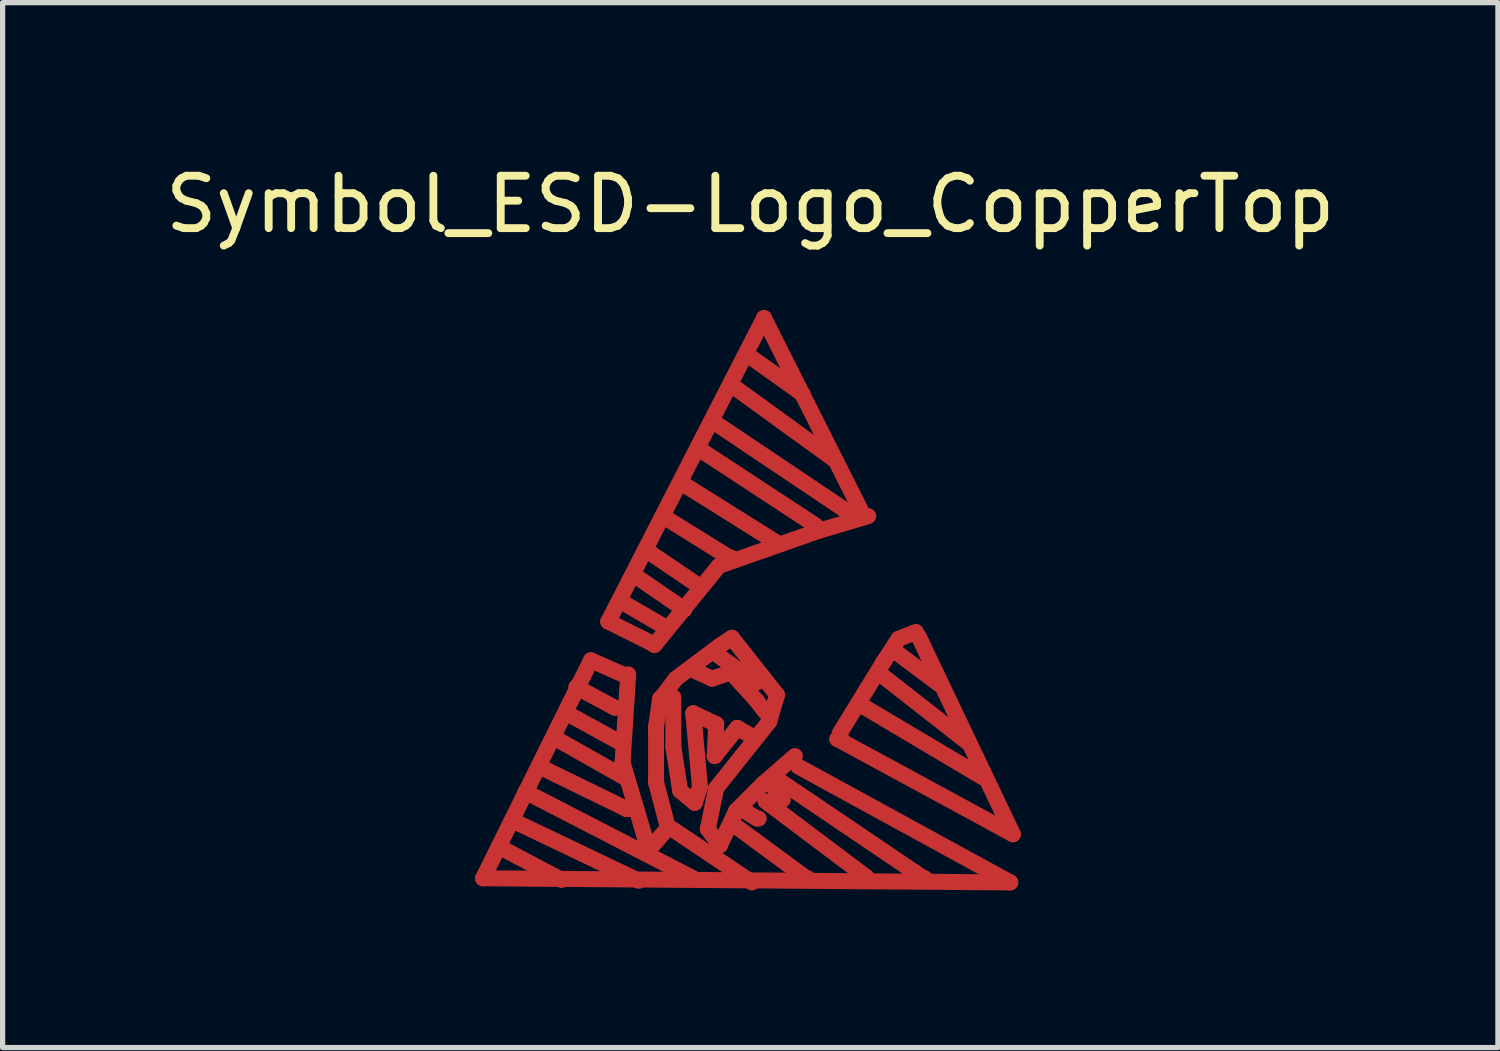
<source format=kicad_pcb>
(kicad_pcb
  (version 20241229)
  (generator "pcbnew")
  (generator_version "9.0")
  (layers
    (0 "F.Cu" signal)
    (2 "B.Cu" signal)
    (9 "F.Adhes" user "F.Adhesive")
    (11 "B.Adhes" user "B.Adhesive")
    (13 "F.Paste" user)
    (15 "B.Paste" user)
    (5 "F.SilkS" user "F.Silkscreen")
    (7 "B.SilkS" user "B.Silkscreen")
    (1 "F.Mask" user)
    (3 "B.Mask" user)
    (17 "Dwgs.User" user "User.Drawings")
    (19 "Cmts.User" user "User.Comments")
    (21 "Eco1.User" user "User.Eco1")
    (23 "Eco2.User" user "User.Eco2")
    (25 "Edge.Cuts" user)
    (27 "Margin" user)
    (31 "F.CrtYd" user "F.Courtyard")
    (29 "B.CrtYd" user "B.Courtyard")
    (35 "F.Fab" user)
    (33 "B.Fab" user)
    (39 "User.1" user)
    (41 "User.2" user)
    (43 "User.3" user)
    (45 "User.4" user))
  (footprint "Symbol_ESD-Logo_CopperTop"
    (layer "F.Cu")
    (at 11.319 10.399)
    (property "Reference" "Symbol_ESD-Logo_CopperTop" (at -0.051 -9.55 0) (layer "F.SilkS") (effects (font (size 1 1) (thickness 0.15))))
    (attr through_hole)
    (fp_line (start -5.151 3.312) (end 4.91 3.391) (stroke (width 0.305) (type solid)) (layer "F.Cu"))
    (fp_line (start -4.77 2.751) (end -3.65 3.343) (stroke (width 0.305) (type solid)) (layer "F.Cu"))
    (fp_line (start -4.559 2.223) (end -2.179 3.36) (stroke (width 0.305) (type solid)) (layer "F.Cu"))
    (fp_line (start -4.341 1.661) (end -1.14 3.312) (stroke (width 0.305) (type solid)) (layer "F.Cu"))
    (fp_line (start -4.031 1.201) (end -2.41 1.991) (stroke (width 0.305) (type solid)) (layer "F.Cu"))
    (fp_line (start -3.749 0.653) (end -2.461 1.382) (stroke (width 0.305) (type solid)) (layer "F.Cu"))
    (fp_line (start -3.551 0.163) (end -2.479 0.752) (stroke (width 0.305) (type solid)) (layer "F.Cu"))
    (fp_line (start -3.371 -0.338) (end -2.629 0.061) (stroke (width 0.305) (type solid)) (layer "F.Cu"))
    (fp_line (start -3.091 -0.848) (end -5.151 3.312) (stroke (width 0.305) (type solid)) (layer "F.Cu"))
    (fp_line (start -2.761 -1.587) (end -1.9 -1.158) (stroke (width 0.305) (type solid)) (layer "F.Cu"))
    (fp_line (start -2.51 -1.968) (end -1.689 -1.488) (stroke (width 0.305) (type solid)) (layer "F.Cu"))
    (fp_line (start -2.489 1.102) (end -1.991 2.771) (stroke (width 0.305) (type solid)) (layer "F.Cu"))
    (fp_line (start -2.461 -0.569) (end -3.091 -0.848) (stroke (width 0.305) (type solid)) (layer "F.Cu"))
    (fp_line (start -2.41 1.991) (end -2.38 1.991) (stroke (width 0.305) (type solid)) (layer "F.Cu"))
    (fp_line (start -2.38 -0.579) (end -2.489 1.102) (stroke (width 0.305) (type solid)) (layer "F.Cu"))
    (fp_line (start -2.23 -2.449) (end -1.311 -1.819) (stroke (width 0.305) (type solid)) (layer "F.Cu"))
    (fp_line (start -2.05 -2.959) (end -1.031 -2.268) (stroke (width 0.305) (type solid)) (layer "F.Cu"))
    (fp_line (start -1.991 2.771) (end -1.621 2.352) (stroke (width 0.305) (type solid)) (layer "F.Cu"))
    (fp_line (start -1.9 -1.158) (end -1.869 -1.158) (stroke (width 0.305) (type solid)) (layer "F.Cu"))
    (fp_line (start -1.849 0.422) (end -1.77 -0.119) (stroke (width 0.305) (type solid)) (layer "F.Cu"))
    (fp_line (start -1.849 1.481) (end -1.849 0.422) (stroke (width 0.305) (type solid)) (layer "F.Cu"))
    (fp_line (start -1.77 -0.119) (end -1.72 -0.168) (stroke (width 0.305) (type solid)) (layer "F.Cu"))
    (fp_line (start -1.72 -3.599) (end -0.45 -2.809) (stroke (width 0.305) (type solid)) (layer "F.Cu"))
    (fp_line (start -1.72 -0.168) (end -1.471 -0.498) (stroke (width 0.305) (type solid)) (layer "F.Cu"))
    (fp_line (start -1.621 2.352) (end -1.849 1.481) (stroke (width 0.305) (type solid)) (layer "F.Cu"))
    (fp_line (start -1.539 2.372) (end -0.02 3.391) (stroke (width 0.305) (type solid)) (layer "F.Cu"))
    (fp_line (start -1.519 -0.14) (end -1.519 0.803) (stroke (width 0.305) (type solid)) (layer "F.Cu"))
    (fp_line (start -1.519 0.803) (end -1.389 1.641) (stroke (width 0.305) (type solid)) (layer "F.Cu"))
    (fp_line (start -1.471 -0.498) (end -0.63 -1.128) (stroke (width 0.305) (type solid)) (layer "F.Cu"))
    (fp_line (start -1.389 1.641) (end -1.11 1.872) (stroke (width 0.305) (type solid)) (layer "F.Cu"))
    (fp_line (start -1.359 -4.229) (end 0.46 -3.089) (stroke (width 0.305) (type solid)) (layer "F.Cu"))
    (fp_line (start -1.311 -1.819) (end -1.311 -1.839) (stroke (width 0.305) (type solid)) (layer "F.Cu"))
    (fp_line (start -1.14 0.163) (end -0.701 0.371) (stroke (width 0.305) (type solid)) (layer "F.Cu"))
    (fp_line (start -1.11 -0.648) (end -0.78 -0.498) (stroke (width 0.305) (type solid)) (layer "F.Cu"))
    (fp_line (start -1.11 1.872) (end -1.011 1.562) (stroke (width 0.305) (type solid)) (layer "F.Cu"))
    (fp_line (start -1.011 -4.869) (end 1.199 -3.419) (stroke (width 0.305) (type solid)) (layer "F.Cu"))
    (fp_line (start -1.011 1.562) (end -1.14 0.163) (stroke (width 0.305) (type solid)) (layer "F.Cu"))
    (fp_line (start -0.861 2.372) (end -0.63 2.682) (stroke (width 0.305) (type solid)) (layer "F.Cu"))
    (fp_line (start -0.78 -0.498) (end -0.419 -0.617) (stroke (width 0.305) (type solid)) (layer "F.Cu"))
    (fp_line (start -0.749 -5.397) (end 1.859 -3.647) (stroke (width 0.305) (type solid)) (layer "F.Cu"))
    (fp_line (start -0.729 0.98) (end -0.3 0.442) (stroke (width 0.305) (type solid)) (layer "F.Cu"))
    (fp_line (start -0.701 0.371) (end -0.729 0.98) (stroke (width 0.305) (type solid)) (layer "F.Cu"))
    (fp_line (start -0.701 1.593) (end -0.861 2.372) (stroke (width 0.305) (type solid)) (layer "F.Cu"))
    (fp_line (start -0.65 -2.649) (end -1.88 -1.138) (stroke (width 0.305) (type solid)) (layer "F.Cu"))
    (fp_line (start -0.65 -0.93) (end 0.061 -0.419) (stroke (width 0.305) (type solid)) (layer "F.Cu"))
    (fp_line (start -0.63 -1.128) (end -0.401 -1.278) (stroke (width 0.305) (type solid)) (layer "F.Cu"))
    (fp_line (start -0.63 2.682) (end -0.32 2.022) (stroke (width 0.305) (type solid)) (layer "F.Cu"))
    (fp_line (start -0.45 -2.809) (end -0.419 -2.809) (stroke (width 0.305) (type solid)) (layer "F.Cu"))
    (fp_line (start -0.419 -0.617) (end 0.061 -0.089) (stroke (width 0.305) (type solid)) (layer "F.Cu"))
    (fp_line (start -0.401 -1.278) (end 0.46 -0.188) (stroke (width 0.305) (type solid)) (layer "F.Cu"))
    (fp_line (start -0.351 -6.058) (end 1.58 -4.658) (stroke (width 0.305) (type solid)) (layer "F.Cu"))
    (fp_line (start -0.351 2.301) (end 1.021 3.312) (stroke (width 0.305) (type solid)) (layer "F.Cu"))
    (fp_line (start -0.32 2.022) (end 0.191 1.511) (stroke (width 0.305) (type solid)) (layer "F.Cu"))
    (fp_line (start -0.3 0.442) (end -0.071 0.572) (stroke (width 0.305) (type solid)) (layer "F.Cu"))
    (fp_line (start -0.221 1.991) (end 0.079 2.172) (stroke (width 0.305) (type solid)) (layer "F.Cu"))
    (fp_line (start -0.089 -6.668) (end 0.95 -5.928) (stroke (width 0.305) (type solid)) (layer "F.Cu"))
    (fp_line (start 0.061 -0.089) (end 0.239 0.142) (stroke (width 0.305) (type solid)) (layer "F.Cu"))
    (fp_line (start 0.079 2.172) (end 0.109 2.172) (stroke (width 0.305) (type solid)) (layer "F.Cu"))
    (fp_line (start 0.191 1.511) (end 0.8 0.98) (stroke (width 0.305) (type solid)) (layer "F.Cu"))
    (fp_line (start 0.211 -7.379) (end -2.761 -1.587) (stroke (width 0.305) (type solid)) (layer "F.Cu"))
    (fp_line (start 0.239 1.841) (end 2.169 3.292) (stroke (width 0.305) (type solid)) (layer "F.Cu"))
    (fp_line (start 0.31 0.323) (end -0.701 1.593) (stroke (width 0.305) (type solid)) (layer "F.Cu"))
    (fp_line (start 0.31 1.46) (end 0.569 1.811) (stroke (width 0.305) (type solid)) (layer "F.Cu"))
    (fp_line (start 0.46 -0.188) (end 0.31 0.323) (stroke (width 0.305) (type solid)) (layer "F.Cu"))
    (fp_line (start 0.521 1.46) (end 3.259 3.312) (stroke (width 0.305) (type solid)) (layer "F.Cu"))
    (fp_line (start 1.021 3.312) (end 1.049 3.312) (stroke (width 0.305) (type solid)) (layer "F.Cu"))
    (fp_line (start 1.25 -3.317) (end -0.65 -2.649) (stroke (width 0.305) (type solid)) (layer "F.Cu"))
    (fp_line (start 1.61 0.653) (end 1.679 0.622) (stroke (width 0.305) (type solid)) (layer "F.Cu"))
    (fp_line (start 1.659 0.541) (end 2.169 -0.29) (stroke (width 0.305) (type solid)) (layer "F.Cu"))
    (fp_line (start 2.09 -3.647) (end 0.211 -7.379) (stroke (width 0.305) (type solid)) (layer "F.Cu"))
    (fp_line (start 2.121 0.041) (end 4.379 1.382) (stroke (width 0.305) (type solid)) (layer "F.Cu"))
    (fp_line (start 2.169 -0.29) (end 2.499 -0.828) (stroke (width 0.305) (type solid)) (layer "F.Cu"))
    (fp_line (start 2.2 -3.599) (end 1.25 -3.317) (stroke (width 0.305) (type solid)) (layer "F.Cu"))
    (fp_line (start 2.451 -0.569) (end 4.1 0.721) (stroke (width 0.305) (type solid)) (layer "F.Cu"))
    (fp_line (start 2.499 -0.828) (end 2.779 -1.257) (stroke (width 0.305) (type solid)) (layer "F.Cu"))
    (fp_line (start 2.7 -1.029) (end 3.541 -0.399) (stroke (width 0.305) (type solid)) (layer "F.Cu"))
    (fp_line (start 2.779 -1.257) (end 3.109 -1.389) (stroke (width 0.305) (type solid)) (layer "F.Cu"))
    (fp_line (start 3.16 -1.308) (end 4.961 2.471) (stroke (width 0.305) (type solid)) (layer "F.Cu"))
    (fp_line (start 3.259 3.312) (end 3.279 3.312) (stroke (width 0.305) (type solid)) (layer "F.Cu"))
    (fp_line (start 4.91 3.391) (end 0.869 1.181) (stroke (width 0.305) (type solid)) (layer "F.Cu"))
    (fp_line (start 4.961 2.471) (end 1.61 0.653) (stroke (width 0.305) (type solid)) (layer "F.Cu")))
  (gr_rect
    (start -3 -3)
    (end 25.536 16.942)
    (stroke (width 0.1) (type default))
    (fill no)
    (layer "Edge.Cuts")))
</source>
